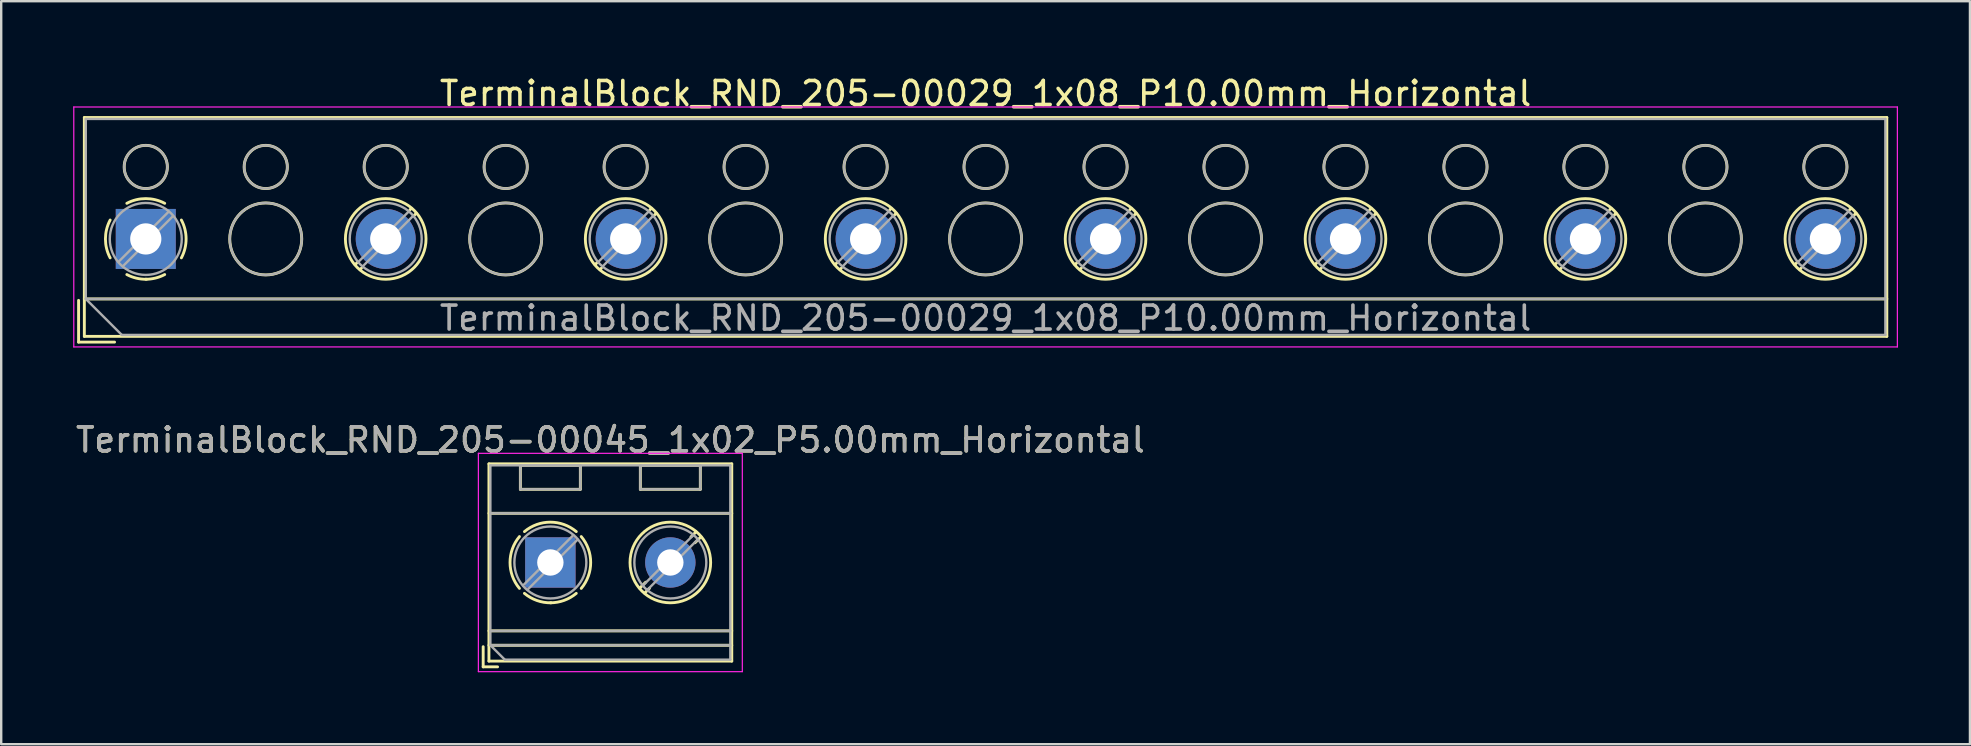
<source format=kicad_pcb>
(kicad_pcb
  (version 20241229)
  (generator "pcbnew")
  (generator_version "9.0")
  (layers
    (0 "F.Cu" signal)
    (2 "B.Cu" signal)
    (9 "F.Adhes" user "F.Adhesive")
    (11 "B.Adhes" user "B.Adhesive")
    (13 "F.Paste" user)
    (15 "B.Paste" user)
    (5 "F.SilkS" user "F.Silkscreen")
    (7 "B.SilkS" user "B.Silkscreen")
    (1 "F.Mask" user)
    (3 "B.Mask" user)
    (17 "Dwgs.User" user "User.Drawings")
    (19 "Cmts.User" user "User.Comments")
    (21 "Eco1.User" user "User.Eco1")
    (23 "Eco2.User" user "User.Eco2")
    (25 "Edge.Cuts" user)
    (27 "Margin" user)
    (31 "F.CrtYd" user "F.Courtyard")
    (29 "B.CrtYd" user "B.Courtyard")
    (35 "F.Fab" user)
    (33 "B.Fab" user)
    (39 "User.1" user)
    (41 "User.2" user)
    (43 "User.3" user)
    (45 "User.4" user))
  (footprint "TerminalBlock_RND_205-00029_1x08_P10.00mm_Horizontal"
    (layer "F.Cu")
    (at 3.025 6.908)
    (property "Reference" "TerminalBlock_RND_205-00029_1x08_P10.00mm_Horizontal" (at 35 -6.06 0) (layer "F.SilkS") (effects (font (size 1 1) (thickness 0.15))))
    (attr through_hole)
    (fp_line (start -2.8 2.56) (end -2.8 4.3) (stroke (width 0.12) (type solid)) (layer "F.SilkS"))
    (fp_line (start -2.8 4.3) (end -1.3 4.3) (stroke (width 0.12) (type solid)) (layer "F.SilkS"))
    (fp_line (start -2.56 -5.06) (end -2.56 4.06) (stroke (width 0.12) (type solid)) (layer "F.SilkS"))
    (fp_line (start -2.56 -5.06) (end 72.56 -5.06) (stroke (width 0.12) (type solid)) (layer "F.SilkS"))
    (fp_line (start -2.56 2.5) (end 72.56 2.5) (stroke (width 0.12) (type solid)) (layer "F.SilkS"))
    (fp_line (start -2.56 4.06) (end 72.56 4.06) (stroke (width 0.12) (type solid)) (layer "F.SilkS"))
    (fp_line (start 8.82 0.976) (end 8.726 1.069) (stroke (width 0.12) (type solid)) (layer "F.SilkS"))
    (fp_line (start 8.99 1.216) (end 8.931 1.274) (stroke (width 0.12) (type solid)) (layer "F.SilkS"))
    (fp_line (start 11.07 -1.275) (end 11.011 -1.216) (stroke (width 0.12) (type solid)) (layer "F.SilkS"))
    (fp_line (start 11.275 -1.069) (end 11.181 -0.976) (stroke (width 0.12) (type solid)) (layer "F.SilkS"))
    (fp_line (start 18.82 0.976) (end 18.726 1.069) (stroke (width 0.12) (type solid)) (layer "F.SilkS"))
    (fp_line (start 18.99 1.216) (end 18.931 1.274) (stroke (width 0.12) (type solid)) (layer "F.SilkS"))
    (fp_line (start 21.07 -1.275) (end 21.011 -1.216) (stroke (width 0.12) (type solid)) (layer "F.SilkS"))
    (fp_line (start 21.275 -1.069) (end 21.181 -0.976) (stroke (width 0.12) (type solid)) (layer "F.SilkS"))
    (fp_line (start 28.82 0.976) (end 28.726 1.069) (stroke (width 0.12) (type solid)) (layer "F.SilkS"))
    (fp_line (start 28.99 1.216) (end 28.931 1.274) (stroke (width 0.12) (type solid)) (layer "F.SilkS"))
    (fp_line (start 31.07 -1.275) (end 31.011 -1.216) (stroke (width 0.12) (type solid)) (layer "F.SilkS"))
    (fp_line (start 31.275 -1.069) (end 31.181 -0.976) (stroke (width 0.12) (type solid)) (layer "F.SilkS"))
    (fp_line (start 38.82 0.976) (end 38.726 1.069) (stroke (width 0.12) (type solid)) (layer "F.SilkS"))
    (fp_line (start 38.99 1.216) (end 38.931 1.274) (stroke (width 0.12) (type solid)) (layer "F.SilkS"))
    (fp_line (start 41.07 -1.275) (end 41.011 -1.216) (stroke (width 0.12) (type solid)) (layer "F.SilkS"))
    (fp_line (start 41.275 -1.069) (end 41.181 -0.976) (stroke (width 0.12) (type solid)) (layer "F.SilkS"))
    (fp_line (start 48.82 0.976) (end 48.726 1.069) (stroke (width 0.12) (type solid)) (layer "F.SilkS"))
    (fp_line (start 48.99 1.216) (end 48.931 1.274) (stroke (width 0.12) (type solid)) (layer "F.SilkS"))
    (fp_line (start 51.07 -1.275) (end 51.011 -1.216) (stroke (width 0.12) (type solid)) (layer "F.SilkS"))
    (fp_line (start 51.275 -1.069) (end 51.181 -0.976) (stroke (width 0.12) (type solid)) (layer "F.SilkS"))
    (fp_line (start 58.82 0.976) (end 58.726 1.069) (stroke (width 0.12) (type solid)) (layer "F.SilkS"))
    (fp_line (start 58.99 1.216) (end 58.931 1.274) (stroke (width 0.12) (type solid)) (layer "F.SilkS"))
    (fp_line (start 61.07 -1.275) (end 61.011 -1.216) (stroke (width 0.12) (type solid)) (layer "F.SilkS"))
    (fp_line (start 61.275 -1.069) (end 61.181 -0.976) (stroke (width 0.12) (type solid)) (layer "F.SilkS"))
    (fp_line (start 68.82 0.976) (end 68.726 1.069) (stroke (width 0.12) (type solid)) (layer "F.SilkS"))
    (fp_line (start 68.99 1.216) (end 68.931 1.274) (stroke (width 0.12) (type solid)) (layer "F.SilkS"))
    (fp_line (start 71.07 -1.275) (end 71.011 -1.216) (stroke (width 0.12) (type solid)) (layer "F.SilkS"))
    (fp_line (start 71.275 -1.069) (end 71.181 -0.976) (stroke (width 0.12) (type solid)) (layer "F.SilkS"))
    (fp_line (start 72.56 -5.06) (end 72.56 4.06) (stroke (width 0.12) (type solid)) (layer "F.SilkS"))
    (fp_arc (start -1.483953 0.789089) (mid -1.680708 0.00005) (end -1.484 -0.789) (stroke (width 0.12) (type solid)) (layer "F.SilkS"))
    (fp_arc (start -0.789089 -1.483953) (mid -0.00005 -1.680708) (end 0.789 -1.484) (stroke (width 0.12) (type solid)) (layer "F.SilkS"))
    (fp_arc (start 0.029383 1.68045) (mid -0.392304 1.634281) (end -0.789 1.484) (stroke (width 0.12) (type solid)) (layer "F.SilkS"))
    (fp_arc (start 0.788712 1.483352) (mid 0.406429 1.630097) (end 0 1.68) (stroke (width 0.12) (type solid)) (layer "F.SilkS"))
    (fp_arc (start 1.483953 -0.789089) (mid 1.680708 -0.00005) (end 1.484 0.789) (stroke (width 0.12) (type solid)) (layer "F.SilkS"))
    (fp_circle (center 0 -3) (end 0.9 -3) (stroke (width 0.12) (type solid)) (fill no) (layer "F.SilkS"))
    (fp_circle (center 5 -3) (end 5.9 -3) (stroke (width 0.12) (type solid)) (fill no) (layer "F.SilkS"))
    (fp_circle (center 5 0) (end 6.5 0) (stroke (width 0.12) (type solid)) (fill no) (layer "F.SilkS"))
    (fp_circle (center 10 -3) (end 10.9 -3) (stroke (width 0.12) (type solid)) (fill no) (layer "F.SilkS"))
    (fp_circle (center 10 0) (end 11.68 0) (stroke (width 0.12) (type solid)) (fill no) (layer "F.SilkS"))
    (fp_circle (center 15 -3) (end 15.9 -3) (stroke (width 0.12) (type solid)) (fill no) (layer "F.SilkS"))
    (fp_circle (center 15 0) (end 16.5 0) (stroke (width 0.12) (type solid)) (fill no) (layer "F.SilkS"))
    (fp_circle (center 20 -3) (end 20.9 -3) (stroke (width 0.12) (type solid)) (fill no) (layer "F.SilkS"))
    (fp_circle (center 20 0) (end 21.68 0) (stroke (width 0.12) (type solid)) (fill no) (layer "F.SilkS"))
    (fp_circle (center 25 -3) (end 25.9 -3) (stroke (width 0.12) (type solid)) (fill no) (layer "F.SilkS"))
    (fp_circle (center 25 0) (end 26.5 0) (stroke (width 0.12) (type solid)) (fill no) (layer "F.SilkS"))
    (fp_circle (center 30 -3) (end 30.9 -3) (stroke (width 0.12) (type solid)) (fill no) (layer "F.SilkS"))
    (fp_circle (center 30 0) (end 31.68 0) (stroke (width 0.12) (type solid)) (fill no) (layer "F.SilkS"))
    (fp_circle (center 35 -3) (end 35.9 -3) (stroke (width 0.12) (type solid)) (fill no) (layer "F.SilkS"))
    (fp_circle (center 35 0) (end 36.5 0) (stroke (width 0.12) (type solid)) (fill no) (layer "F.SilkS"))
    (fp_circle (center 40 -3) (end 40.9 -3) (stroke (width 0.12) (type solid)) (fill no) (layer "F.SilkS"))
    (fp_circle (center 40 0) (end 41.68 0) (stroke (width 0.12) (type solid)) (fill no) (layer "F.SilkS"))
    (fp_circle (center 45 -3) (end 45.9 -3) (stroke (width 0.12) (type solid)) (fill no) (layer "F.SilkS"))
    (fp_circle (center 45 0) (end 46.5 0) (stroke (width 0.12) (type solid)) (fill no) (layer "F.SilkS"))
    (fp_circle (center 50 -3) (end 50.9 -3) (stroke (width 0.12) (type solid)) (fill no) (layer "F.SilkS"))
    (fp_circle (center 50 0) (end 51.68 0) (stroke (width 0.12) (type solid)) (fill no) (layer "F.SilkS"))
    (fp_circle (center 55 -3) (end 55.9 -3) (stroke (width 0.12) (type solid)) (fill no) (layer "F.SilkS"))
    (fp_circle (center 55 0) (end 56.5 0) (stroke (width 0.12) (type solid)) (fill no) (layer "F.SilkS"))
    (fp_circle (center 60 -3) (end 60.9 -3) (stroke (width 0.12) (type solid)) (fill no) (layer "F.SilkS"))
    (fp_circle (center 60 0) (end 61.68 0) (stroke (width 0.12) (type solid)) (fill no) (layer "F.SilkS"))
    (fp_circle (center 65 -3) (end 65.9 -3) (stroke (width 0.12) (type solid)) (fill no) (layer "F.SilkS"))
    (fp_circle (center 65 0) (end 66.5 0) (stroke (width 0.12) (type solid)) (fill no) (layer "F.SilkS"))
    (fp_circle (center 70 -3) (end 70.9 -3) (stroke (width 0.12) (type solid)) (fill no) (layer "F.SilkS"))
    (fp_circle (center 70 0) (end 71.68 0) (stroke (width 0.12) (type solid)) (fill no) (layer "F.SilkS"))
    (fp_line (start -3 -5.5) (end -3 4.5) (stroke (width 0.05) (type solid)) (layer "F.CrtYd"))
    (fp_line (start -3 4.5) (end 73 4.5) (stroke (width 0.05) (type solid)) (layer "F.CrtYd"))
    (fp_line (start 73 -5.5) (end -3 -5.5) (stroke (width 0.05) (type solid)) (layer "F.CrtYd"))
    (fp_line (start 73 4.5) (end 73 -5.5) (stroke (width 0.05) (type solid)) (layer "F.CrtYd"))
    (fp_line (start -2.5 -5) (end 72.5 -5) (stroke (width 0.1) (type solid)) (layer "F.Fab"))
    (fp_line (start -2.5 2.5) (end -2.5 -5) (stroke (width 0.1) (type solid)) (layer "F.Fab"))
    (fp_line (start -2.5 2.5) (end 72.5 2.5) (stroke (width 0.1) (type solid)) (layer "F.Fab"))
    (fp_line (start -1 4) (end -2.5 2.5) (stroke (width 0.1) (type solid)) (layer "F.Fab"))
    (fp_line (start 0.955 -1.138) (end -1.138 0.955) (stroke (width 0.1) (type solid)) (layer "F.Fab"))
    (fp_line (start 1.138 -0.955) (end -0.955 1.138) (stroke (width 0.1) (type solid)) (layer "F.Fab"))
    (fp_line (start 10.955 -1.138) (end 8.863 0.955) (stroke (width 0.1) (type solid)) (layer "F.Fab"))
    (fp_line (start 11.138 -0.955) (end 9.046 1.138) (stroke (width 0.1) (type solid)) (layer "F.Fab"))
    (fp_line (start 20.955 -1.138) (end 18.863 0.955) (stroke (width 0.1) (type solid)) (layer "F.Fab"))
    (fp_line (start 21.138 -0.955) (end 19.046 1.138) (stroke (width 0.1) (type solid)) (layer "F.Fab"))
    (fp_line (start 30.955 -1.138) (end 28.863 0.955) (stroke (width 0.1) (type solid)) (layer "F.Fab"))
    (fp_line (start 31.138 -0.955) (end 29.046 1.138) (stroke (width 0.1) (type solid)) (layer "F.Fab"))
    (fp_line (start 40.955 -1.138) (end 38.863 0.955) (stroke (width 0.1) (type solid)) (layer "F.Fab"))
    (fp_line (start 41.138 -0.955) (end 39.046 1.138) (stroke (width 0.1) (type solid)) (layer "F.Fab"))
    (fp_line (start 50.955 -1.138) (end 48.863 0.955) (stroke (width 0.1) (type solid)) (layer "F.Fab"))
    (fp_line (start 51.138 -0.955) (end 49.046 1.138) (stroke (width 0.1) (type solid)) (layer "F.Fab"))
    (fp_line (start 60.955 -1.138) (end 58.863 0.955) (stroke (width 0.1) (type solid)) (layer "F.Fab"))
    (fp_line (start 61.138 -0.955) (end 59.046 1.138) (stroke (width 0.1) (type solid)) (layer "F.Fab"))
    (fp_line (start 70.955 -1.138) (end 68.863 0.955) (stroke (width 0.1) (type solid)) (layer "F.Fab"))
    (fp_line (start 71.138 -0.955) (end 69.046 1.138) (stroke (width 0.1) (type solid)) (layer "F.Fab"))
    (fp_line (start 72.5 -5) (end 72.5 4) (stroke (width 0.1) (type solid)) (layer "F.Fab"))
    (fp_line (start 72.5 4) (end -1 4) (stroke (width 0.1) (type solid)) (layer "F.Fab"))
    (fp_circle (center 0 -3) (end 0.9 -3) (stroke (width 0.1) (type solid)) (fill no) (layer "F.Fab"))
    (fp_circle (center 0 0) (end 1.5 0) (stroke (width 0.1) (type solid)) (fill no) (layer "F.Fab"))
    (fp_circle (center 5 -3) (end 5.9 -3) (stroke (width 0.1) (type solid)) (fill no) (layer "F.Fab"))
    (fp_circle (center 5 0) (end 6.5 0) (stroke (width 0.1) (type solid)) (fill no) (layer "F.Fab"))
    (fp_circle (center 10 -3) (end 10.9 -3) (stroke (width 0.1) (type solid)) (fill no) (layer "F.Fab"))
    (fp_circle (center 10 0) (end 11.5 0) (stroke (width 0.1) (type solid)) (fill no) (layer "F.Fab"))
    (fp_circle (center 15 -3) (end 15.9 -3) (stroke (width 0.1) (type solid)) (fill no) (layer "F.Fab"))
    (fp_circle (center 15 0) (end 16.5 0) (stroke (width 0.1) (type solid)) (fill no) (layer "F.Fab"))
    (fp_circle (center 20 -3) (end 20.9 -3) (stroke (width 0.1) (type solid)) (fill no) (layer "F.Fab"))
    (fp_circle (center 20 0) (end 21.5 0) (stroke (width 0.1) (type solid)) (fill no) (layer "F.Fab"))
    (fp_circle (center 25 -3) (end 25.9 -3) (stroke (width 0.1) (type solid)) (fill no) (layer "F.Fab"))
    (fp_circle (center 25 0) (end 26.5 0) (stroke (width 0.1) (type solid)) (fill no) (layer "F.Fab"))
    (fp_circle (center 30 -3) (end 30.9 -3) (stroke (width 0.1) (type solid)) (fill no) (layer "F.Fab"))
    (fp_circle (center 30 0) (end 31.5 0) (stroke (width 0.1) (type solid)) (fill no) (layer "F.Fab"))
    (fp_circle (center 35 -3) (end 35.9 -3) (stroke (width 0.1) (type solid)) (fill no) (layer "F.Fab"))
    (fp_circle (center 35 0) (end 36.5 0) (stroke (width 0.1) (type solid)) (fill no) (layer "F.Fab"))
    (fp_circle (center 40 -3) (end 40.9 -3) (stroke (width 0.1) (type solid)) (fill no) (layer "F.Fab"))
    (fp_circle (center 40 0) (end 41.5 0) (stroke (width 0.1) (type solid)) (fill no) (layer "F.Fab"))
    (fp_circle (center 45 -3) (end 45.9 -3) (stroke (width 0.1) (type solid)) (fill no) (layer "F.Fab"))
    (fp_circle (center 45 0) (end 46.5 0) (stroke (width 0.1) (type solid)) (fill no) (layer "F.Fab"))
    (fp_circle (center 50 -3) (end 50.9 -3) (stroke (width 0.1) (type solid)) (fill no) (layer "F.Fab"))
    (fp_circle (center 50 0) (end 51.5 0) (stroke (width 0.1) (type solid)) (fill no) (layer "F.Fab"))
    (fp_circle (center 55 -3) (end 55.9 -3) (stroke (width 0.1) (type solid)) (fill no) (layer "F.Fab"))
    (fp_circle (center 55 0) (end 56.5 0) (stroke (width 0.1) (type solid)) (fill no) (layer "F.Fab"))
    (fp_circle (center 60 -3) (end 60.9 -3) (stroke (width 0.1) (type solid)) (fill no) (layer "F.Fab"))
    (fp_circle (center 60 0) (end 61.5 0) (stroke (width 0.1) (type solid)) (fill no) (layer "F.Fab"))
    (fp_circle (center 65 -3) (end 65.9 -3) (stroke (width 0.1) (type solid)) (fill no) (layer "F.Fab"))
    (fp_circle (center 65 0) (end 66.5 0) (stroke (width 0.1) (type solid)) (fill no) (layer "F.Fab"))
    (fp_circle (center 70 -3) (end 70.9 -3) (stroke (width 0.1) (type solid)) (fill no) (layer "F.Fab"))
    (fp_circle (center 70 0) (end 71.5 0) (stroke (width 0.1) (type solid)) (fill no) (layer "F.Fab"))
    (fp_text user "${REFERENCE}" (at 35 3.3 0) (layer "F.Fab") (effects (font (size 1 1) (thickness 0.15))))
    (pad "1" thru_hole rect (at 0 0) (size 2.5 2.5) (drill 1.3) (layers "*.Cu" "*.Mask"))
    (pad "2" thru_hole circle (at 10 0) (size 2.5 2.5) (drill 1.3) (layers "*.Cu" "*.Mask"))
    (pad "3" thru_hole circle (at 20 0) (size 2.5 2.5) (drill 1.3) (layers "*.Cu" "*.Mask"))
    (pad "4" thru_hole circle (at 30 0) (size 2.5 2.5) (drill 1.3) (layers "*.Cu" "*.Mask"))
    (pad "5" thru_hole circle (at 40 0) (size 2.5 2.5) (drill 1.3) (layers "*.Cu" "*.Mask"))
    (pad "6" thru_hole circle (at 50 0) (size 2.5 2.5) (drill 1.3) (layers "*.Cu" "*.Mask"))
    (pad "7" thru_hole circle (at 60 0) (size 2.5 2.5) (drill 1.3) (layers "*.Cu" "*.Mask"))
    (pad "8" thru_hole circle (at 70 0) (size 2.5 2.5) (drill 1.3) (layers "*.Cu" "*.Mask")))
  (footprint "TerminalBlock_RND_205-00045_1x02_P5.00mm_Horizontal"
    (layer "F.Cu")
    (at 19.887 20.392)
    (property "Reference" "TerminalBlock_RND_205-00045_1x02_P5.00mm_Horizontal" (at 2.5 -5.11 0) (layer "F.SilkS") (effects (font (size 1 1) (thickness 0.15))))
    (attr through_hole)
    (fp_line (start -2.8 3.51) (end -2.8 4.35) (stroke (width 0.12) (type solid)) (layer "F.SilkS"))
    (fp_line (start -2.8 4.35) (end -2.2 4.35) (stroke (width 0.12) (type solid)) (layer "F.SilkS"))
    (fp_line (start -2.56 -4.11) (end -2.56 4.11) (stroke (width 0.12) (type solid)) (layer "F.SilkS"))
    (fp_line (start -2.56 -4.11) (end 7.56 -4.11) (stroke (width 0.12) (type solid)) (layer "F.SilkS"))
    (fp_line (start -2.56 -2.05) (end 7.56 -2.05) (stroke (width 0.12) (type solid)) (layer "F.SilkS"))
    (fp_line (start -2.56 2.85) (end 7.56 2.85) (stroke (width 0.12) (type solid)) (layer "F.SilkS"))
    (fp_line (start -2.56 3.45) (end 7.56 3.45) (stroke (width 0.12) (type solid)) (layer "F.SilkS"))
    (fp_line (start -2.56 4.11) (end 7.56 4.11) (stroke (width 0.12) (type solid)) (layer "F.SilkS"))
    (fp_line (start -1.25 -4.05) (end -1.25 -3.05) (stroke (width 0.12) (type solid)) (layer "F.SilkS"))
    (fp_line (start -1.25 -4.05) (end 1.25 -4.05) (stroke (width 0.12) (type solid)) (layer "F.SilkS"))
    (fp_line (start -1.25 -3.05) (end 1.25 -3.05) (stroke (width 0.12) (type solid)) (layer "F.SilkS"))
    (fp_line (start 1.25 -4.05) (end 1.25 -3.05) (stroke (width 0.12) (type solid)) (layer "F.SilkS"))
    (fp_line (start 3.75 -4.05) (end 3.75 -3.05) (stroke (width 0.12) (type solid)) (layer "F.SilkS"))
    (fp_line (start 3.75 -4.05) (end 6.25 -4.05) (stroke (width 0.12) (type solid)) (layer "F.SilkS"))
    (fp_line (start 3.75 -3.05) (end 6.25 -3.05) (stroke (width 0.12) (type solid)) (layer "F.SilkS"))
    (fp_line (start 3.972 0.823) (end 3.726 1.069) (stroke (width 0.12) (type solid)) (layer "F.SilkS"))
    (fp_line (start 4.13 1.075) (end 3.931 1.274) (stroke (width 0.12) (type solid)) (layer "F.SilkS"))
    (fp_line (start 6.07 -1.275) (end 5.859 -1.064) (stroke (width 0.12) (type solid)) (layer "F.SilkS"))
    (fp_line (start 6.25 -4.05) (end 6.25 -3.05) (stroke (width 0.12) (type solid)) (layer "F.SilkS"))
    (fp_line (start 6.275 -1.069) (end 6.029 -0.823) (stroke (width 0.12) (type solid)) (layer "F.SilkS"))
    (fp_line (start 7.56 -4.11) (end 7.56 4.11) (stroke (width 0.12) (type solid)) (layer "F.SilkS"))
    (fp_arc (start -1.288062 1.079734) (mid -1.680752 -0.000826) (end -1.287 -1.081) (stroke (width 0.12) (type solid)) (layer "F.SilkS"))
    (fp_arc (start -1.079908 -1.287078) (mid 0.00006 -1.68011) (end 1.08 -1.287) (stroke (width 0.12) (type solid)) (layer "F.SilkS"))
    (fp_arc (start 0.028507 1.680511) (mid -0.561826 1.584071) (end -1.081 1.287) (stroke (width 0.12) (type solid)) (layer "F.SilkS"))
    (fp_arc (start 1.079883 1.286955) (mid 0.574594 1.578684) (end 0 1.68) (stroke (width 0.12) (type solid)) (layer "F.SilkS"))
    (fp_arc (start 1.287078 -1.079908) (mid 1.68011 0.00006) (end 1.287 1.08) (stroke (width 0.12) (type solid)) (layer "F.SilkS"))
    (fp_circle (center 5 0) (end 6.68 0) (stroke (width 0.12) (type solid)) (fill no) (layer "F.SilkS"))
    (fp_line (start -3 -4.55) (end -3 4.55) (stroke (width 0.05) (type solid)) (layer "F.CrtYd"))
    (fp_line (start -3 4.55) (end 8 4.55) (stroke (width 0.05) (type solid)) (layer "F.CrtYd"))
    (fp_line (start 8 -4.55) (end -3 -4.55) (stroke (width 0.05) (type solid)) (layer "F.CrtYd"))
    (fp_line (start 8 4.55) (end 8 -4.55) (stroke (width 0.05) (type solid)) (layer "F.CrtYd"))
    (fp_line (start -2.5 -4.05) (end 7.5 -4.05) (stroke (width 0.1) (type solid)) (layer "F.Fab"))
    (fp_line (start -2.5 -2.05) (end 7.5 -2.05) (stroke (width 0.1) (type solid)) (layer "F.Fab"))
    (fp_line (start -2.5 2.85) (end 7.5 2.85) (stroke (width 0.1) (type solid)) (layer "F.Fab"))
    (fp_line (start -2.5 3.45) (end -2.5 -4.05) (stroke (width 0.1) (type solid)) (layer "F.Fab"))
    (fp_line (start -2.5 3.45) (end 7.5 3.45) (stroke (width 0.1) (type solid)) (layer "F.Fab"))
    (fp_line (start -1.9 4.05) (end -2.5 3.45) (stroke (width 0.1) (type solid)) (layer "F.Fab"))
    (fp_line (start -1.25 -4.05) (end -1.25 -3.05) (stroke (width 0.1) (type solid)) (layer "F.Fab"))
    (fp_line (start -1.25 -3.05) (end 1.25 -3.05) (stroke (width 0.1) (type solid)) (layer "F.Fab"))
    (fp_line (start 0.955 -1.138) (end -1.138 0.955) (stroke (width 0.1) (type solid)) (layer "F.Fab"))
    (fp_line (start 1.138 -0.955) (end -0.955 1.138) (stroke (width 0.1) (type solid)) (layer "F.Fab"))
    (fp_line (start 1.25 -4.05) (end -1.25 -4.05) (stroke (width 0.1) (type solid)) (layer "F.Fab"))
    (fp_line (start 1.25 -3.05) (end 1.25 -4.05) (stroke (width 0.1) (type solid)) (layer "F.Fab"))
    (fp_line (start 3.75 -4.05) (end 3.75 -3.05) (stroke (width 0.1) (type solid)) (layer "F.Fab"))
    (fp_line (start 3.75 -3.05) (end 6.25 -3.05) (stroke (width 0.1) (type solid)) (layer "F.Fab"))
    (fp_line (start 5.955 -1.138) (end 3.863 0.955) (stroke (width 0.1) (type solid)) (layer "F.Fab"))
    (fp_line (start 6.138 -0.955) (end 4.046 1.138) (stroke (width 0.1) (type solid)) (layer "F.Fab"))
    (fp_line (start 6.25 -4.05) (end 3.75 -4.05) (stroke (width 0.1) (type solid)) (layer "F.Fab"))
    (fp_line (start 6.25 -3.05) (end 6.25 -4.05) (stroke (width 0.1) (type solid)) (layer "F.Fab"))
    (fp_line (start 7.5 -4.05) (end 7.5 4.05) (stroke (width 0.1) (type solid)) (layer "F.Fab"))
    (fp_line (start 7.5 4.05) (end -1.9 4.05) (stroke (width 0.1) (type solid)) (layer "F.Fab"))
    (fp_circle (center 0 0) (end 1.5 0) (stroke (width 0.1) (type solid)) (fill no) (layer "F.Fab"))
    (fp_circle (center 5 0) (end 6.5 0) (stroke (width 0.1) (type solid)) (fill no) (layer "F.Fab"))
    (fp_text user "${REFERENCE}" (at 2.5 -5.11 0) (layer "F.Fab") (effects (font (size 1 1) (thickness 0.15))))
    (pad "1" thru_hole rect (at 0 0) (size 2.1 2.1) (drill 1.1) (layers "*.Cu" "*.Mask"))
    (pad "2" thru_hole circle (at 5 0) (size 2.1 2.1) (drill 1.1) (layers "*.Cu" "*.Mask")))
  (gr_rect
    (start -3 -3)
    (end 79.05 27.966)
    (stroke (width 0.1) (type default))
    (fill no)
    (layer "Edge.Cuts")))
</source>
